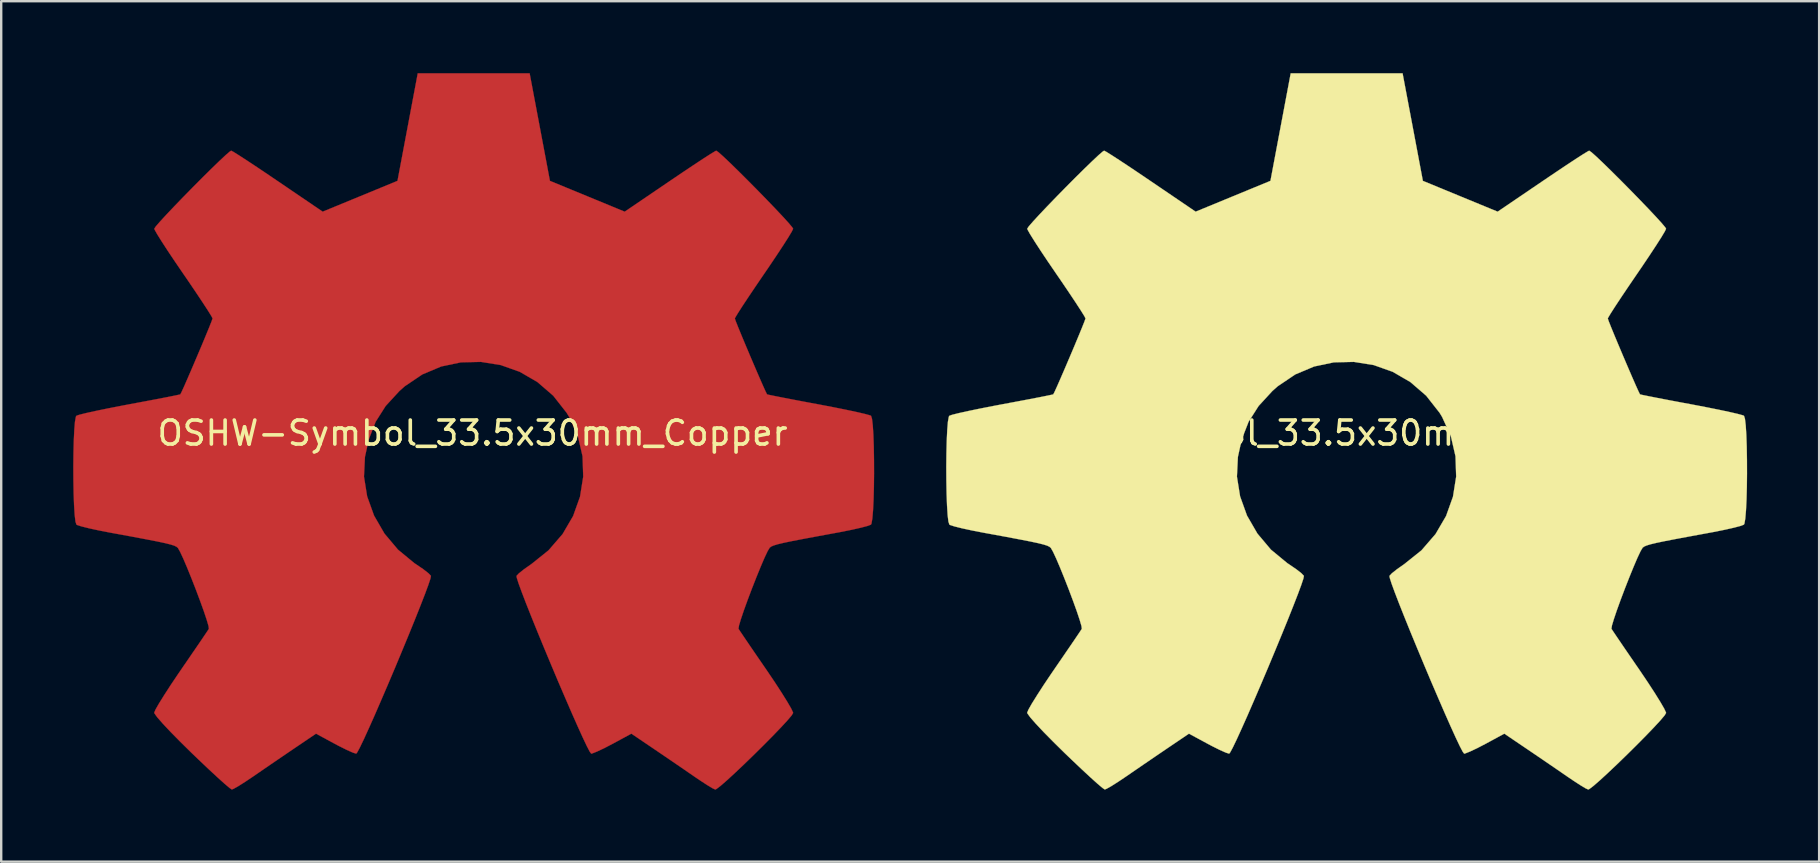
<source format=kicad_pcb>
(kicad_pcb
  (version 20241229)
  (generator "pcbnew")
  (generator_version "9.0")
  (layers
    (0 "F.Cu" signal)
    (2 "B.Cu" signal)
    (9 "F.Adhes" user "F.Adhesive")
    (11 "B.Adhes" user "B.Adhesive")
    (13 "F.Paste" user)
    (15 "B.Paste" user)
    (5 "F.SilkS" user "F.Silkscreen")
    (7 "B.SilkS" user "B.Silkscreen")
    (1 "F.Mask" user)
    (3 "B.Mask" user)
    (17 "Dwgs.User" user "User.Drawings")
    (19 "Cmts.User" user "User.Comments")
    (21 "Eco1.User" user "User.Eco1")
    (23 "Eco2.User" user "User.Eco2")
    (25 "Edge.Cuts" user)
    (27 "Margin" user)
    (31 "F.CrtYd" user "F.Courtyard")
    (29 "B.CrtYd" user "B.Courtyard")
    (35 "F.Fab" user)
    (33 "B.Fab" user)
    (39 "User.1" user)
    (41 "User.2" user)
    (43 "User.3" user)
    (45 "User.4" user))
  (footprint "OSHW-Symbol_33.5x30mm_Copper"
    (layer "F.Cu")
    (at 16.637 14.993)
    (property "Reference" "OSHW-Symbol_33.5x30mm_Copper" (at 0 0 0) (layer "F.SilkS") (effects (font (size 1 1) (thickness 0.15))))
    (attr exclude_from_pos_files exclude_from_bom allow_missing_courtyard)
    (fp_poly (pts (xy 2.8 -12.748) (xy 3.222 -10.509) (xy 4.779 -9.867) (xy 6.337 -9.225) (xy 8.206 -10.495) (xy 8.73 -10.849) (xy 9.203 -11.165) (xy 9.603 -11.429) (xy 9.91 -11.626) (xy 10.1 -11.741) (xy 10.151 -11.766) (xy 10.244 -11.702) (xy 10.443 -11.525) (xy 10.726 -11.257) (xy 11.07 -10.921) (xy 11.453 -10.54) (xy 11.852 -10.137) (xy 12.246 -9.733) (xy 12.612 -9.352) (xy 12.927 -9.017) (xy 13.17 -8.75) (xy 13.318 -8.573) (xy 13.354 -8.514) (xy 13.303 -8.405) (xy 13.16 -8.166) (xy 12.94 -7.821) (xy 12.658 -7.393) (xy 12.33 -6.905) (xy 12.14 -6.627) (xy 11.793 -6.118) (xy 11.485 -5.66) (xy 11.23 -5.274) (xy 11.044 -4.983) (xy 10.941 -4.81) (xy 10.926 -4.774) (xy 10.961 -4.67) (xy 11.056 -4.43) (xy 11.197 -4.086) (xy 11.37 -3.672) (xy 11.56 -3.222) (xy 11.753 -2.77) (xy 11.934 -2.35) (xy 12.089 -1.996) (xy 12.204 -1.741) (xy 12.265 -1.619) (xy 12.268 -1.615) (xy 12.363 -1.591) (xy 12.615 -1.54) (xy 12.999 -1.464) (xy 13.488 -1.37) (xy 14.056 -1.263) (xy 14.387 -1.202) (xy 14.994 -1.086) (xy 15.542 -0.976) (xy 16.004 -0.878) (xy 16.352 -0.797) (xy 16.557 -0.74) (xy 16.599 -0.722) (xy 16.639 -0.599) (xy 16.672 -0.323) (xy 16.697 0.076) (xy 16.714 0.564) (xy 16.723 1.11) (xy 16.725 1.68) (xy 16.719 2.242) (xy 16.705 2.765) (xy 16.683 3.215) (xy 16.654 3.56) (xy 16.618 3.768) (xy 16.596 3.812) (xy 16.464 3.864) (xy 16.185 3.938) (xy 15.796 4.026) (xy 15.333 4.119) (xy 15.172 4.149) (xy 14.393 4.292) (xy 13.777 4.407) (xy 13.305 4.498) (xy 12.956 4.571) (xy 12.71 4.63) (xy 12.546 4.68) (xy 12.444 4.724) (xy 12.384 4.768) (xy 12.375 4.777) (xy 12.291 4.918) (xy 12.162 5.191) (xy 12.002 5.565) (xy 11.823 6.004) (xy 11.638 6.475) (xy 11.46 6.946) (xy 11.302 7.382) (xy 11.178 7.75) (xy 11.098 8.017) (xy 11.078 8.149) (xy 11.079 8.153) (xy 11.15 8.261) (xy 11.309 8.497) (xy 11.541 8.839) (xy 11.829 9.26) (xy 12.156 9.736) (xy 12.249 9.871) (xy 12.58 10.362) (xy 12.872 10.81) (xy 13.108 11.189) (xy 13.273 11.473) (xy 13.35 11.638) (xy 13.354 11.658) (xy 13.289 11.764) (xy 13.11 11.975) (xy 12.84 12.267) (xy 12.502 12.618) (xy 12.119 13.005) (xy 11.714 13.406) (xy 11.309 13.799) (xy 10.928 14.159) (xy 10.594 14.466) (xy 10.33 14.696) (xy 10.159 14.826) (xy 10.112 14.848) (xy 10.001 14.798) (xy 9.775 14.662) (xy 9.471 14.464) (xy 9.236 14.305) (xy 8.812 14.013) (xy 8.309 13.669) (xy 7.804 13.325) (xy 7.533 13.141) (xy 6.615 12.52) (xy 5.845 12.937) (xy 5.494 13.12) (xy 5.195 13.261) (xy 4.993 13.342) (xy 4.942 13.354) (xy 4.88 13.27) (xy 4.758 13.036) (xy 4.585 12.671) (xy 4.37 12.197) (xy 4.122 11.637) (xy 3.851 11.011) (xy 3.564 10.343) (xy 3.273 9.652) (xy 2.985 8.961) (xy 2.709 8.292) (xy 2.456 7.666) (xy 2.233 7.105) (xy 2.051 6.631) (xy 1.917 6.265) (xy 1.842 6.029) (xy 1.83 5.948) (xy 1.926 5.844) (xy 2.136 5.676) (xy 2.416 5.479) (xy 2.44 5.463) (xy 3.164 4.883) (xy 3.749 4.206) (xy 4.188 3.454) (xy 4.476 2.649) (xy 4.609 1.812) (xy 4.581 0.965) (xy 4.388 0.129) (xy 4.024 -0.673) (xy 3.917 -0.849) (xy 3.36 -1.558) (xy 2.701 -2.127) (xy 1.965 -2.554) (xy 1.173 -2.835) (xy 0.348 -2.967) (xy -0.487 -2.948) (xy -1.309 -2.775) (xy -2.095 -2.444) (xy -2.823 -1.953) (xy -3.048 -1.754) (xy -3.621 -1.13) (xy -4.038 -0.473) (xy -4.325 0.263) (xy -4.484 0.993) (xy -4.524 1.813) (xy -4.392 2.636) (xy -4.104 3.437) (xy -3.671 4.185) (xy -3.108 4.854) (xy -2.427 5.416) (xy -2.338 5.475) (xy -2.054 5.669) (xy -1.839 5.837) (xy -1.736 5.944) (xy -1.734 5.948) (xy -1.756 6.064) (xy -1.844 6.327) (xy -1.988 6.716) (xy -2.18 7.209) (xy -2.409 7.784) (xy -2.668 8.42) (xy -2.947 9.095) (xy -3.236 9.788) (xy -3.528 10.476) (xy -3.812 11.137) (xy -4.079 11.752) (xy -4.322 12.297) (xy -4.529 12.751) (xy -4.693 13.092) (xy -4.804 13.299) (xy -4.848 13.354) (xy -4.985 13.311) (xy -5.24 13.198) (xy -5.57 13.033) (xy -5.751 12.937) (xy -6.522 12.52) (xy -7.44 13.141) (xy -7.908 13.459) (xy -8.421 13.809) (xy -8.902 14.139) (xy -9.143 14.305) (xy -9.482 14.532) (xy -9.768 14.713) (xy -9.966 14.823) (xy -10.03 14.846) (xy -10.123 14.783) (xy -10.33 14.608) (xy -10.63 14.338) (xy -11.003 13.992) (xy -11.429 13.588) (xy -11.699 13.329) (xy -12.17 12.865) (xy -12.578 12.451) (xy -12.905 12.103) (xy -13.135 11.84) (xy -13.252 11.678) (xy -13.263 11.646) (xy -13.211 11.521) (xy -13.068 11.269) (xy -12.848 10.916) (xy -12.57 10.486) (xy -12.247 10.005) (xy -12.155 9.871) (xy -11.821 9.384) (xy -11.521 8.946) (xy -11.272 8.581) (xy -11.091 8.313) (xy -10.995 8.168) (xy -10.986 8.153) (xy -11 8.038) (xy -11.074 7.783) (xy -11.194 7.424) (xy -11.349 6.994) (xy -11.525 6.525) (xy -11.71 6.052) (xy -11.89 5.608) (xy -12.053 5.226) (xy -12.186 4.941) (xy -12.275 4.785) (xy -12.282 4.777) (xy -12.337 4.733) (xy -12.429 4.688) (xy -12.58 4.64) (xy -12.809 4.583) (xy -13.137 4.513) (xy -13.584 4.426) (xy -14.17 4.315) (xy -14.917 4.178) (xy -15.078 4.149) (xy -15.557 4.056) (xy -15.974 3.966) (xy -16.294 3.886) (xy -16.478 3.826) (xy -16.502 3.812) (xy -16.543 3.687) (xy -16.576 3.409) (xy -16.601 3.009) (xy -16.619 2.52) (xy -16.629 1.974) (xy -16.632 1.404) (xy -16.626 0.842) (xy -16.613 0.32) (xy -16.592 -0.129) (xy -16.564 -0.473) (xy -16.527 -0.68) (xy -16.505 -0.722) (xy -16.383 -0.765) (xy -16.105 -0.834) (xy -15.698 -0.924) (xy -15.19 -1.029) (xy -14.61 -1.142) (xy -14.294 -1.202) (xy -13.694 -1.314) (xy -13.159 -1.415) (xy -12.715 -1.501) (xy -12.388 -1.567) (xy -12.205 -1.606) (xy -12.175 -1.615) (xy -12.124 -1.713) (xy -12.016 -1.95) (xy -11.866 -2.292) (xy -11.688 -2.704) (xy -11.496 -3.154) (xy -11.304 -3.607) (xy -11.128 -4.029) (xy -10.981 -4.386) (xy -10.878 -4.645) (xy -10.833 -4.772) (xy -10.832 -4.778) (xy -10.883 -4.878) (xy -11.026 -5.108) (xy -11.246 -5.446) (xy -11.527 -5.868) (xy -11.855 -6.352) (xy -12.046 -6.63) (xy -12.394 -7.14) (xy -12.703 -7.602) (xy -12.958 -7.995) (xy -13.144 -8.293) (xy -13.246 -8.475) (xy -13.26 -8.515) (xy -13.197 -8.61) (xy -13.022 -8.812) (xy -12.758 -9.099) (xy -12.428 -9.448) (xy -12.052 -9.837) (xy -11.655 -10.242) (xy -11.257 -10.642) (xy -10.882 -11.013) (xy -10.551 -11.333) (xy -10.288 -11.58) (xy -10.114 -11.73) (xy -10.056 -11.766) (xy -9.961 -11.716) (xy -9.734 -11.574) (xy -9.398 -11.356) (xy -8.973 -11.075) (xy -8.483 -10.746) (xy -8.113 -10.495) (xy -6.244 -9.225) (xy -4.686 -9.867) (xy -3.128 -10.509) (xy -2.706 -12.748) (xy -2.284 -14.988) (xy 2.377 -14.988) (xy 2.8 -12.748)) (stroke (width 0.01) (type solid)) (fill yes) (layer "F.Cu")))
  (footprint "OSHW-Symbol_33.5x30mm_SilkScreen"
    (layer "F.Cu")
    (at 53.003 14.993)
    (property "Reference" "OSHW-Symbol_33.5x30mm_SilkScreen" (at 0 0 0) (layer "F.SilkS") (effects (font (size 1 1) (thickness 0.15))))
    (attr exclude_from_pos_files exclude_from_bom allow_missing_courtyard)
    (fp_poly (pts (xy 2.8 -12.748) (xy 3.222 -10.509) (xy 4.779 -9.867) (xy 6.337 -9.225) (xy 8.206 -10.495) (xy 8.73 -10.849) (xy 9.203 -11.165) (xy 9.603 -11.429) (xy 9.91 -11.626) (xy 10.1 -11.741) (xy 10.151 -11.766) (xy 10.244 -11.702) (xy 10.443 -11.525) (xy 10.726 -11.257) (xy 11.07 -10.921) (xy 11.453 -10.54) (xy 11.852 -10.137) (xy 12.246 -9.733) (xy 12.612 -9.352) (xy 12.927 -9.017) (xy 13.17 -8.75) (xy 13.318 -8.573) (xy 13.354 -8.514) (xy 13.303 -8.405) (xy 13.16 -8.166) (xy 12.94 -7.821) (xy 12.658 -7.393) (xy 12.33 -6.905) (xy 12.14 -6.627) (xy 11.793 -6.118) (xy 11.485 -5.66) (xy 11.23 -5.274) (xy 11.044 -4.983) (xy 10.941 -4.81) (xy 10.926 -4.774) (xy 10.961 -4.67) (xy 11.056 -4.43) (xy 11.197 -4.086) (xy 11.37 -3.672) (xy 11.56 -3.222) (xy 11.753 -2.77) (xy 11.934 -2.35) (xy 12.089 -1.996) (xy 12.204 -1.741) (xy 12.265 -1.619) (xy 12.268 -1.615) (xy 12.363 -1.591) (xy 12.615 -1.54) (xy 12.999 -1.464) (xy 13.488 -1.37) (xy 14.056 -1.263) (xy 14.387 -1.202) (xy 14.994 -1.086) (xy 15.542 -0.976) (xy 16.004 -0.878) (xy 16.352 -0.797) (xy 16.557 -0.74) (xy 16.599 -0.722) (xy 16.639 -0.599) (xy 16.672 -0.323) (xy 16.697 0.076) (xy 16.714 0.564) (xy 16.723 1.11) (xy 16.725 1.68) (xy 16.719 2.242) (xy 16.705 2.765) (xy 16.683 3.215) (xy 16.654 3.56) (xy 16.618 3.768) (xy 16.596 3.812) (xy 16.464 3.864) (xy 16.185 3.938) (xy 15.796 4.026) (xy 15.333 4.119) (xy 15.172 4.149) (xy 14.393 4.292) (xy 13.777 4.407) (xy 13.305 4.498) (xy 12.956 4.571) (xy 12.71 4.63) (xy 12.546 4.68) (xy 12.444 4.724) (xy 12.384 4.768) (xy 12.375 4.777) (xy 12.291 4.918) (xy 12.162 5.191) (xy 12.002 5.565) (xy 11.823 6.004) (xy 11.638 6.475) (xy 11.46 6.946) (xy 11.302 7.382) (xy 11.178 7.75) (xy 11.098 8.017) (xy 11.078 8.149) (xy 11.079 8.153) (xy 11.15 8.261) (xy 11.309 8.497) (xy 11.541 8.839) (xy 11.829 9.26) (xy 12.156 9.736) (xy 12.249 9.871) (xy 12.58 10.362) (xy 12.872 10.81) (xy 13.108 11.189) (xy 13.273 11.473) (xy 13.35 11.638) (xy 13.354 11.658) (xy 13.289 11.764) (xy 13.11 11.975) (xy 12.84 12.267) (xy 12.502 12.618) (xy 12.119 13.005) (xy 11.714 13.406) (xy 11.309 13.799) (xy 10.928 14.159) (xy 10.594 14.466) (xy 10.33 14.696) (xy 10.159 14.826) (xy 10.112 14.848) (xy 10.001 14.798) (xy 9.775 14.662) (xy 9.471 14.464) (xy 9.236 14.305) (xy 8.812 14.013) (xy 8.309 13.669) (xy 7.804 13.325) (xy 7.533 13.141) (xy 6.615 12.52) (xy 5.845 12.937) (xy 5.494 13.12) (xy 5.195 13.261) (xy 4.993 13.342) (xy 4.942 13.354) (xy 4.88 13.27) (xy 4.758 13.036) (xy 4.585 12.671) (xy 4.37 12.197) (xy 4.122 11.637) (xy 3.851 11.011) (xy 3.564 10.343) (xy 3.273 9.652) (xy 2.985 8.961) (xy 2.709 8.292) (xy 2.456 7.666) (xy 2.233 7.105) (xy 2.051 6.631) (xy 1.917 6.265) (xy 1.842 6.029) (xy 1.83 5.948) (xy 1.926 5.844) (xy 2.136 5.676) (xy 2.416 5.479) (xy 2.44 5.463) (xy 3.164 4.883) (xy 3.749 4.206) (xy 4.188 3.454) (xy 4.476 2.649) (xy 4.609 1.812) (xy 4.581 0.965) (xy 4.388 0.129) (xy 4.024 -0.673) (xy 3.917 -0.849) (xy 3.36 -1.558) (xy 2.701 -2.127) (xy 1.965 -2.554) (xy 1.173 -2.835) (xy 0.348 -2.967) (xy -0.487 -2.948) (xy -1.309 -2.775) (xy -2.095 -2.444) (xy -2.823 -1.953) (xy -3.048 -1.754) (xy -3.621 -1.13) (xy -4.038 -0.473) (xy -4.325 0.263) (xy -4.484 0.993) (xy -4.524 1.813) (xy -4.392 2.636) (xy -4.104 3.437) (xy -3.671 4.185) (xy -3.108 4.854) (xy -2.427 5.416) (xy -2.338 5.475) (xy -2.054 5.669) (xy -1.839 5.837) (xy -1.736 5.944) (xy -1.734 5.948) (xy -1.756 6.064) (xy -1.844 6.327) (xy -1.988 6.716) (xy -2.18 7.209) (xy -2.409 7.784) (xy -2.668 8.42) (xy -2.947 9.095) (xy -3.236 9.788) (xy -3.528 10.476) (xy -3.812 11.137) (xy -4.079 11.752) (xy -4.322 12.297) (xy -4.529 12.751) (xy -4.693 13.092) (xy -4.804 13.299) (xy -4.848 13.354) (xy -4.985 13.311) (xy -5.24 13.198) (xy -5.57 13.033) (xy -5.751 12.937) (xy -6.522 12.52) (xy -7.44 13.141) (xy -7.908 13.459) (xy -8.421 13.809) (xy -8.902 14.139) (xy -9.143 14.305) (xy -9.482 14.532) (xy -9.768 14.713) (xy -9.966 14.823) (xy -10.03 14.846) (xy -10.123 14.783) (xy -10.33 14.608) (xy -10.63 14.338) (xy -11.003 13.992) (xy -11.429 13.588) (xy -11.699 13.329) (xy -12.17 12.865) (xy -12.578 12.451) (xy -12.905 12.103) (xy -13.135 11.84) (xy -13.252 11.678) (xy -13.263 11.646) (xy -13.211 11.521) (xy -13.068 11.269) (xy -12.848 10.916) (xy -12.57 10.486) (xy -12.247 10.005) (xy -12.155 9.871) (xy -11.821 9.384) (xy -11.521 8.946) (xy -11.272 8.581) (xy -11.091 8.313) (xy -10.995 8.168) (xy -10.986 8.153) (xy -11 8.038) (xy -11.074 7.783) (xy -11.194 7.424) (xy -11.349 6.994) (xy -11.525 6.525) (xy -11.71 6.052) (xy -11.89 5.608) (xy -12.053 5.226) (xy -12.186 4.941) (xy -12.275 4.785) (xy -12.282 4.777) (xy -12.337 4.733) (xy -12.429 4.688) (xy -12.58 4.64) (xy -12.809 4.583) (xy -13.137 4.513) (xy -13.584 4.426) (xy -14.17 4.315) (xy -14.917 4.178) (xy -15.078 4.149) (xy -15.557 4.056) (xy -15.974 3.966) (xy -16.294 3.886) (xy -16.478 3.826) (xy -16.502 3.812) (xy -16.543 3.687) (xy -16.576 3.409) (xy -16.601 3.009) (xy -16.619 2.52) (xy -16.629 1.974) (xy -16.632 1.404) (xy -16.626 0.842) (xy -16.613 0.32) (xy -16.592 -0.129) (xy -16.564 -0.473) (xy -16.527 -0.68) (xy -16.505 -0.722) (xy -16.383 -0.765) (xy -16.105 -0.834) (xy -15.698 -0.924) (xy -15.19 -1.029) (xy -14.61 -1.142) (xy -14.294 -1.202) (xy -13.694 -1.314) (xy -13.159 -1.415) (xy -12.715 -1.501) (xy -12.388 -1.567) (xy -12.205 -1.606) (xy -12.175 -1.615) (xy -12.124 -1.713) (xy -12.016 -1.95) (xy -11.866 -2.292) (xy -11.688 -2.704) (xy -11.496 -3.154) (xy -11.304 -3.607) (xy -11.128 -4.029) (xy -10.981 -4.386) (xy -10.878 -4.645) (xy -10.833 -4.772) (xy -10.832 -4.778) (xy -10.883 -4.878) (xy -11.026 -5.108) (xy -11.246 -5.446) (xy -11.527 -5.868) (xy -11.855 -6.352) (xy -12.046 -6.63) (xy -12.394 -7.14) (xy -12.703 -7.602) (xy -12.958 -7.995) (xy -13.144 -8.293) (xy -13.246 -8.475) (xy -13.26 -8.515) (xy -13.197 -8.61) (xy -13.022 -8.812) (xy -12.758 -9.099) (xy -12.428 -9.448) (xy -12.052 -9.837) (xy -11.655 -10.242) (xy -11.257 -10.642) (xy -10.882 -11.013) (xy -10.551 -11.333) (xy -10.288 -11.58) (xy -10.114 -11.73) (xy -10.056 -11.766) (xy -9.961 -11.716) (xy -9.734 -11.574) (xy -9.398 -11.356) (xy -8.973 -11.075) (xy -8.483 -10.746) (xy -8.113 -10.495) (xy -6.244 -9.225) (xy -4.686 -9.867) (xy -3.128 -10.509) (xy -2.706 -12.748) (xy -2.284 -14.988) (xy 2.377 -14.988) (xy 2.8 -12.748)) (stroke (width 0.01) (type solid)) (fill yes) (layer "F.SilkS")))
  (gr_rect
    (start -3 -3)
    (end 72.733 32.846)
    (stroke (width 0.1) (type default))
    (fill no)
    (layer "Edge.Cuts")))
</source>
